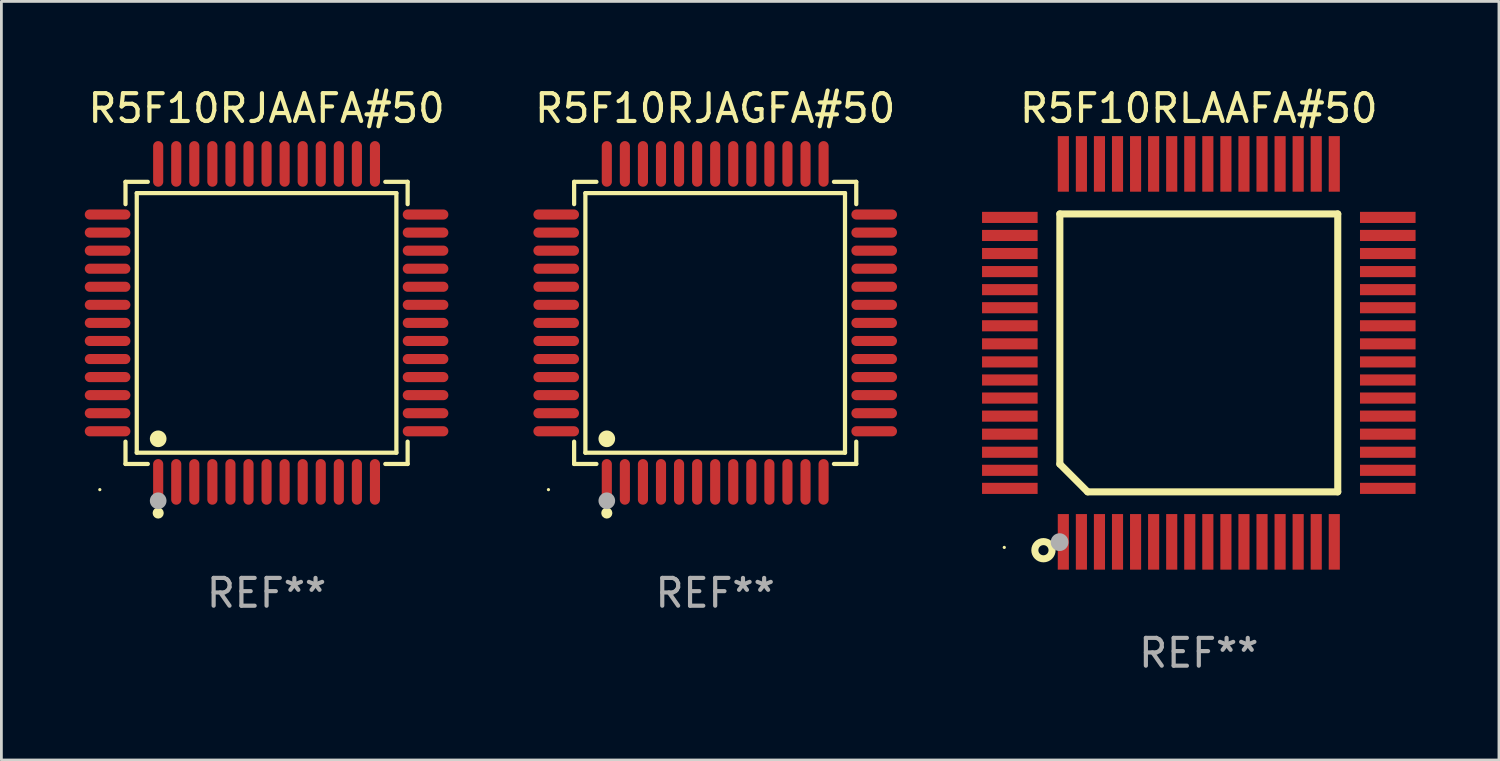
<source format=kicad_pcb>
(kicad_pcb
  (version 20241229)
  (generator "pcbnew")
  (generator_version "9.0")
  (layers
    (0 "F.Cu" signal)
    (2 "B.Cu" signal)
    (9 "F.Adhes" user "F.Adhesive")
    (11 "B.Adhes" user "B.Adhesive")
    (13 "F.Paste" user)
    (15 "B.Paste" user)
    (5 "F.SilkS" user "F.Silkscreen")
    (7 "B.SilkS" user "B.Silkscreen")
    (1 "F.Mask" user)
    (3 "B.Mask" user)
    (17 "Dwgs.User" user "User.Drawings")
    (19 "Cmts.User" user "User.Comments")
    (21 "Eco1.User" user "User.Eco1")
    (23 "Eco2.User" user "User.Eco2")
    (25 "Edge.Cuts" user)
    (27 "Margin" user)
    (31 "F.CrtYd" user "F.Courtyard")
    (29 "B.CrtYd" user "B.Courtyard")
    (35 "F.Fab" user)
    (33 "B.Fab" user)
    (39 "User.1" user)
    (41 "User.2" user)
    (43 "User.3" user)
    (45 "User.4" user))
  (footprint "R5F10RJAGFA#50"
    (layer "F.Cu")
    (at 22.685 8.569)
    (property "Reference" "R5F10RJAGFA#50" (at 0 -7.721 0) (layer "F.SilkS") (effects (font (size 1 1) (thickness 0.15))))
    (attr through_hole)
    (fp_line (start -5.076 -5.076) (end -4.273 -5.076) (stroke (width 0.152) (type solid)) (layer "F.SilkS"))
    (fp_line (start -5.076 -4.273) (end -5.076 -5.076) (stroke (width 0.152) (type solid)) (layer "F.SilkS"))
    (fp_line (start -5.076 4.273) (end -5.076 5.076) (stroke (width 0.152) (type solid)) (layer "F.SilkS"))
    (fp_line (start -5.076 5.076) (end -4.273 5.076) (stroke (width 0.152) (type solid)) (layer "F.SilkS"))
    (fp_line (start -4.671 -4.671) (end 4.671 -4.671) (stroke (width 0.152) (type solid)) (layer "F.SilkS"))
    (fp_line (start -4.671 4.671) (end -4.671 -4.671) (stroke (width 0.152) (type solid)) (layer "F.SilkS"))
    (fp_line (start 4.671 -4.671) (end 4.671 4.671) (stroke (width 0.152) (type solid)) (layer "F.SilkS"))
    (fp_line (start 4.671 4.671) (end -4.671 4.671) (stroke (width 0.152) (type solid)) (layer "F.SilkS"))
    (fp_line (start 5.076 -5.076) (end 4.273 -5.076) (stroke (width 0.152) (type solid)) (layer "F.SilkS"))
    (fp_line (start 5.076 -4.273) (end 5.076 -5.076) (stroke (width 0.152) (type solid)) (layer "F.SilkS"))
    (fp_line (start 5.076 4.273) (end 5.076 5.076) (stroke (width 0.152) (type solid)) (layer "F.SilkS"))
    (fp_line (start 5.076 5.076) (end 4.273 5.076) (stroke (width 0.152) (type solid)) (layer "F.SilkS"))
    (fp_circle (center -6 6) (end -5.97 6) (stroke (width 0.06) (type solid)) (fill no) (layer "F.SilkS"))
    (fp_circle (center -3.9 4.171) (end -3.75 4.171) (stroke (width 0.3) (type solid)) (fill no) (layer "F.SilkS"))
    (fp_circle (center -3.9 6.842) (end -3.8 6.842) (stroke (width 0.2) (type solid)) (fill no) (layer "F.SilkS"))
    (fp_circle (center -3.9 6.4) (end -3.75 6.4) (stroke (width 0.3) (type solid)) (fill no) (layer "F.Fab"))
    (fp_text user "REF**" (at 0 9.721 0) (layer "F.Fab") (effects (font (size 1 1) (thickness 0.15))))
    (pad "1" smd oval (at -3.9 5.721) (size 0.364 1.642) (layers "F.Cu" "F.Mask" "F.Paste"))
    (pad "2" smd oval (at -3.25 5.721) (size 0.364 1.642) (layers "F.Cu" "F.Mask" "F.Paste"))
    (pad "3" smd oval (at -2.6 5.721) (size 0.364 1.642) (layers "F.Cu" "F.Mask" "F.Paste"))
    (pad "4" smd oval (at -1.95 5.721) (size 0.364 1.642) (layers "F.Cu" "F.Mask" "F.Paste"))
    (pad "5" smd oval (at -1.3 5.721) (size 0.364 1.642) (layers "F.Cu" "F.Mask" "F.Paste"))
    (pad "6" smd oval (at -0.65 5.721) (size 0.364 1.642) (layers "F.Cu" "F.Mask" "F.Paste"))
    (pad "7" smd oval (at 0 5.721) (size 0.364 1.642) (layers "F.Cu" "F.Mask" "F.Paste"))
    (pad "8" smd oval (at 0.65 5.721) (size 0.364 1.642) (layers "F.Cu" "F.Mask" "F.Paste"))
    (pad "9" smd oval (at 1.3 5.721) (size 0.364 1.642) (layers "F.Cu" "F.Mask" "F.Paste"))
    (pad "10" smd oval (at 1.95 5.721) (size 0.364 1.642) (layers "F.Cu" "F.Mask" "F.Paste"))
    (pad "11" smd oval (at 2.6 5.721) (size 0.364 1.642) (layers "F.Cu" "F.Mask" "F.Paste"))
    (pad "12" smd oval (at 3.25 5.721) (size 0.364 1.642) (layers "F.Cu" "F.Mask" "F.Paste"))
    (pad "13" smd oval (at 3.9 5.721) (size 0.364 1.642) (layers "F.Cu" "F.Mask" "F.Paste"))
    (pad "14" smd oval (at 5.721 3.9) (size 1.642 0.364) (layers "F.Cu" "F.Mask" "F.Paste"))
    (pad "15" smd oval (at 5.721 3.25) (size 1.642 0.364) (layers "F.Cu" "F.Mask" "F.Paste"))
    (pad "16" smd oval (at 5.721 2.6) (size 1.642 0.364) (layers "F.Cu" "F.Mask" "F.Paste"))
    (pad "17" smd oval (at 5.721 1.95) (size 1.642 0.364) (layers "F.Cu" "F.Mask" "F.Paste"))
    (pad "18" smd oval (at 5.721 1.3) (size 1.642 0.364) (layers "F.Cu" "F.Mask" "F.Paste"))
    (pad "19" smd oval (at 5.721 0.65) (size 1.642 0.364) (layers "F.Cu" "F.Mask" "F.Paste"))
    (pad "20" smd oval (at 5.721 0) (size 1.642 0.364) (layers "F.Cu" "F.Mask" "F.Paste"))
    (pad "21" smd oval (at 5.721 -0.65) (size 1.642 0.364) (layers "F.Cu" "F.Mask" "F.Paste"))
    (pad "22" smd oval (at 5.721 -1.3) (size 1.642 0.364) (layers "F.Cu" "F.Mask" "F.Paste"))
    (pad "23" smd oval (at 5.721 -1.95) (size 1.642 0.364) (layers "F.Cu" "F.Mask" "F.Paste"))
    (pad "24" smd oval (at 5.721 -2.6) (size 1.642 0.364) (layers "F.Cu" "F.Mask" "F.Paste"))
    (pad "25" smd oval (at 5.721 -3.25) (size 1.642 0.364) (layers "F.Cu" "F.Mask" "F.Paste"))
    (pad "26" smd oval (at 5.721 -3.9) (size 1.642 0.364) (layers "F.Cu" "F.Mask" "F.Paste"))
    (pad "27" smd oval (at 3.9 -5.721) (size 0.364 1.642) (layers "F.Cu" "F.Mask" "F.Paste"))
    (pad "28" smd oval (at 3.25 -5.721) (size 0.364 1.642) (layers "F.Cu" "F.Mask" "F.Paste"))
    (pad "29" smd oval (at 2.6 -5.721) (size 0.364 1.642) (layers "F.Cu" "F.Mask" "F.Paste"))
    (pad "30" smd oval (at 1.95 -5.721) (size 0.364 1.642) (layers "F.Cu" "F.Mask" "F.Paste"))
    (pad "31" smd oval (at 1.3 -5.721) (size 0.364 1.642) (layers "F.Cu" "F.Mask" "F.Paste"))
    (pad "32" smd oval (at 0.65 -5.721) (size 0.364 1.642) (layers "F.Cu" "F.Mask" "F.Paste"))
    (pad "33" smd oval (at 0 -5.721) (size 0.364 1.642) (layers "F.Cu" "F.Mask" "F.Paste"))
    (pad "34" smd oval (at -0.65 -5.721) (size 0.364 1.642) (layers "F.Cu" "F.Mask" "F.Paste"))
    (pad "35" smd oval (at -1.3 -5.721) (size 0.364 1.642) (layers "F.Cu" "F.Mask" "F.Paste"))
    (pad "36" smd oval (at -1.95 -5.721) (size 0.364 1.642) (layers "F.Cu" "F.Mask" "F.Paste"))
    (pad "37" smd oval (at -2.6 -5.721) (size 0.364 1.642) (layers "F.Cu" "F.Mask" "F.Paste"))
    (pad "38" smd oval (at -3.25 -5.721) (size 0.364 1.642) (layers "F.Cu" "F.Mask" "F.Paste"))
    (pad "39" smd oval (at -3.9 -5.721) (size 0.364 1.642) (layers "F.Cu" "F.Mask" "F.Paste"))
    (pad "40" smd oval (at -5.721 -3.9) (size 1.642 0.364) (layers "F.Cu" "F.Mask" "F.Paste"))
    (pad "41" smd oval (at -5.721 -3.25) (size 1.642 0.364) (layers "F.Cu" "F.Mask" "F.Paste"))
    (pad "42" smd oval (at -5.721 -2.6) (size 1.642 0.364) (layers "F.Cu" "F.Mask" "F.Paste"))
    (pad "43" smd oval (at -5.721 -1.95) (size 1.642 0.364) (layers "F.Cu" "F.Mask" "F.Paste"))
    (pad "44" smd oval (at -5.721 -1.3) (size 1.642 0.364) (layers "F.Cu" "F.Mask" "F.Paste"))
    (pad "45" smd oval (at -5.721 -0.65) (size 1.642 0.364) (layers "F.Cu" "F.Mask" "F.Paste"))
    (pad "46" smd oval (at -5.721 0) (size 1.642 0.364) (layers "F.Cu" "F.Mask" "F.Paste"))
    (pad "47" smd oval (at -5.721 0.65) (size 1.642 0.364) (layers "F.Cu" "F.Mask" "F.Paste"))
    (pad "48" smd oval (at -5.721 1.3) (size 1.642 0.364) (layers "F.Cu" "F.Mask" "F.Paste"))
    (pad "49" smd oval (at -5.721 1.95) (size 1.642 0.364) (layers "F.Cu" "F.Mask" "F.Paste"))
    (pad "50" smd oval (at -5.721 2.6) (size 1.642 0.364) (layers "F.Cu" "F.Mask" "F.Paste"))
    (pad "51" smd oval (at -5.721 3.25) (size 1.642 0.364) (layers "F.Cu" "F.Mask" "F.Paste"))
    (pad "52" smd oval (at -5.721 3.9) (size 1.642 0.364) (layers "F.Cu" "F.Mask" "F.Paste")))
  (footprint "R5F10RJAAFA#50"
    (layer "F.Cu")
    (at 6.542 8.569)
    (property "Reference" "R5F10RJAAFA#50" (at 0 -7.721 0) (layer "F.SilkS") (effects (font (size 1 1) (thickness 0.15))))
    (attr through_hole)
    (fp_line (start -5.076 -5.076) (end -4.273 -5.076) (stroke (width 0.152) (type solid)) (layer "F.SilkS"))
    (fp_line (start -5.076 -4.273) (end -5.076 -5.076) (stroke (width 0.152) (type solid)) (layer "F.SilkS"))
    (fp_line (start -5.076 4.273) (end -5.076 5.076) (stroke (width 0.152) (type solid)) (layer "F.SilkS"))
    (fp_line (start -5.076 5.076) (end -4.273 5.076) (stroke (width 0.152) (type solid)) (layer "F.SilkS"))
    (fp_line (start -4.671 -4.671) (end 4.671 -4.671) (stroke (width 0.152) (type solid)) (layer "F.SilkS"))
    (fp_line (start -4.671 4.671) (end -4.671 -4.671) (stroke (width 0.152) (type solid)) (layer "F.SilkS"))
    (fp_line (start 4.671 -4.671) (end 4.671 4.671) (stroke (width 0.152) (type solid)) (layer "F.SilkS"))
    (fp_line (start 4.671 4.671) (end -4.671 4.671) (stroke (width 0.152) (type solid)) (layer "F.SilkS"))
    (fp_line (start 5.076 -5.076) (end 4.273 -5.076) (stroke (width 0.152) (type solid)) (layer "F.SilkS"))
    (fp_line (start 5.076 -4.273) (end 5.076 -5.076) (stroke (width 0.152) (type solid)) (layer "F.SilkS"))
    (fp_line (start 5.076 4.273) (end 5.076 5.076) (stroke (width 0.152) (type solid)) (layer "F.SilkS"))
    (fp_line (start 5.076 5.076) (end 4.273 5.076) (stroke (width 0.152) (type solid)) (layer "F.SilkS"))
    (fp_circle (center -6 6) (end -5.97 6) (stroke (width 0.06) (type solid)) (fill no) (layer "F.SilkS"))
    (fp_circle (center -3.9 4.171) (end -3.75 4.171) (stroke (width 0.3) (type solid)) (fill no) (layer "F.SilkS"))
    (fp_circle (center -3.9 6.842) (end -3.8 6.842) (stroke (width 0.2) (type solid)) (fill no) (layer "F.SilkS"))
    (fp_circle (center -3.9 6.4) (end -3.75 6.4) (stroke (width 0.3) (type solid)) (fill no) (layer "F.Fab"))
    (fp_text user "REF**" (at 0 9.721 0) (layer "F.Fab") (effects (font (size 1 1) (thickness 0.15))))
    (pad "1" smd oval (at -3.9 5.721) (size 0.364 1.642) (layers "F.Cu" "F.Mask" "F.Paste"))
    (pad "2" smd oval (at -3.25 5.721) (size 0.364 1.642) (layers "F.Cu" "F.Mask" "F.Paste"))
    (pad "3" smd oval (at -2.6 5.721) (size 0.364 1.642) (layers "F.Cu" "F.Mask" "F.Paste"))
    (pad "4" smd oval (at -1.95 5.721) (size 0.364 1.642) (layers "F.Cu" "F.Mask" "F.Paste"))
    (pad "5" smd oval (at -1.3 5.721) (size 0.364 1.642) (layers "F.Cu" "F.Mask" "F.Paste"))
    (pad "6" smd oval (at -0.65 5.721) (size 0.364 1.642) (layers "F.Cu" "F.Mask" "F.Paste"))
    (pad "7" smd oval (at 0 5.721) (size 0.364 1.642) (layers "F.Cu" "F.Mask" "F.Paste"))
    (pad "8" smd oval (at 0.65 5.721) (size 0.364 1.642) (layers "F.Cu" "F.Mask" "F.Paste"))
    (pad "9" smd oval (at 1.3 5.721) (size 0.364 1.642) (layers "F.Cu" "F.Mask" "F.Paste"))
    (pad "10" smd oval (at 1.95 5.721) (size 0.364 1.642) (layers "F.Cu" "F.Mask" "F.Paste"))
    (pad "11" smd oval (at 2.6 5.721) (size 0.364 1.642) (layers "F.Cu" "F.Mask" "F.Paste"))
    (pad "12" smd oval (at 3.25 5.721) (size 0.364 1.642) (layers "F.Cu" "F.Mask" "F.Paste"))
    (pad "13" smd oval (at 3.9 5.721) (size 0.364 1.642) (layers "F.Cu" "F.Mask" "F.Paste"))
    (pad "14" smd oval (at 5.721 3.9) (size 1.642 0.364) (layers "F.Cu" "F.Mask" "F.Paste"))
    (pad "15" smd oval (at 5.721 3.25) (size 1.642 0.364) (layers "F.Cu" "F.Mask" "F.Paste"))
    (pad "16" smd oval (at 5.721 2.6) (size 1.642 0.364) (layers "F.Cu" "F.Mask" "F.Paste"))
    (pad "17" smd oval (at 5.721 1.95) (size 1.642 0.364) (layers "F.Cu" "F.Mask" "F.Paste"))
    (pad "18" smd oval (at 5.721 1.3) (size 1.642 0.364) (layers "F.Cu" "F.Mask" "F.Paste"))
    (pad "19" smd oval (at 5.721 0.65) (size 1.642 0.364) (layers "F.Cu" "F.Mask" "F.Paste"))
    (pad "20" smd oval (at 5.721 0) (size 1.642 0.364) (layers "F.Cu" "F.Mask" "F.Paste"))
    (pad "21" smd oval (at 5.721 -0.65) (size 1.642 0.364) (layers "F.Cu" "F.Mask" "F.Paste"))
    (pad "22" smd oval (at 5.721 -1.3) (size 1.642 0.364) (layers "F.Cu" "F.Mask" "F.Paste"))
    (pad "23" smd oval (at 5.721 -1.95) (size 1.642 0.364) (layers "F.Cu" "F.Mask" "F.Paste"))
    (pad "24" smd oval (at 5.721 -2.6) (size 1.642 0.364) (layers "F.Cu" "F.Mask" "F.Paste"))
    (pad "25" smd oval (at 5.721 -3.25) (size 1.642 0.364) (layers "F.Cu" "F.Mask" "F.Paste"))
    (pad "26" smd oval (at 5.721 -3.9) (size 1.642 0.364) (layers "F.Cu" "F.Mask" "F.Paste"))
    (pad "27" smd oval (at 3.9 -5.721) (size 0.364 1.642) (layers "F.Cu" "F.Mask" "F.Paste"))
    (pad "28" smd oval (at 3.25 -5.721) (size 0.364 1.642) (layers "F.Cu" "F.Mask" "F.Paste"))
    (pad "29" smd oval (at 2.6 -5.721) (size 0.364 1.642) (layers "F.Cu" "F.Mask" "F.Paste"))
    (pad "30" smd oval (at 1.95 -5.721) (size 0.364 1.642) (layers "F.Cu" "F.Mask" "F.Paste"))
    (pad "31" smd oval (at 1.3 -5.721) (size 0.364 1.642) (layers "F.Cu" "F.Mask" "F.Paste"))
    (pad "32" smd oval (at 0.65 -5.721) (size 0.364 1.642) (layers "F.Cu" "F.Mask" "F.Paste"))
    (pad "33" smd oval (at 0 -5.721) (size 0.364 1.642) (layers "F.Cu" "F.Mask" "F.Paste"))
    (pad "34" smd oval (at -0.65 -5.721) (size 0.364 1.642) (layers "F.Cu" "F.Mask" "F.Paste"))
    (pad "35" smd oval (at -1.3 -5.721) (size 0.364 1.642) (layers "F.Cu" "F.Mask" "F.Paste"))
    (pad "36" smd oval (at -1.95 -5.721) (size 0.364 1.642) (layers "F.Cu" "F.Mask" "F.Paste"))
    (pad "37" smd oval (at -2.6 -5.721) (size 0.364 1.642) (layers "F.Cu" "F.Mask" "F.Paste"))
    (pad "38" smd oval (at -3.25 -5.721) (size 0.364 1.642) (layers "F.Cu" "F.Mask" "F.Paste"))
    (pad "39" smd oval (at -3.9 -5.721) (size 0.364 1.642) (layers "F.Cu" "F.Mask" "F.Paste"))
    (pad "40" smd oval (at -5.721 -3.9) (size 1.642 0.364) (layers "F.Cu" "F.Mask" "F.Paste"))
    (pad "41" smd oval (at -5.721 -3.25) (size 1.642 0.364) (layers "F.Cu" "F.Mask" "F.Paste"))
    (pad "42" smd oval (at -5.721 -2.6) (size 1.642 0.364) (layers "F.Cu" "F.Mask" "F.Paste"))
    (pad "43" smd oval (at -5.721 -1.95) (size 1.642 0.364) (layers "F.Cu" "F.Mask" "F.Paste"))
    (pad "44" smd oval (at -5.721 -1.3) (size 1.642 0.364) (layers "F.Cu" "F.Mask" "F.Paste"))
    (pad "45" smd oval (at -5.721 -0.65) (size 1.642 0.364) (layers "F.Cu" "F.Mask" "F.Paste"))
    (pad "46" smd oval (at -5.721 0) (size 1.642 0.364) (layers "F.Cu" "F.Mask" "F.Paste"))
    (pad "47" smd oval (at -5.721 0.65) (size 1.642 0.364) (layers "F.Cu" "F.Mask" "F.Paste"))
    (pad "48" smd oval (at -5.721 1.3) (size 1.642 0.364) (layers "F.Cu" "F.Mask" "F.Paste"))
    (pad "49" smd oval (at -5.721 1.95) (size 1.642 0.364) (layers "F.Cu" "F.Mask" "F.Paste"))
    (pad "50" smd oval (at -5.721 2.6) (size 1.642 0.364) (layers "F.Cu" "F.Mask" "F.Paste"))
    (pad "51" smd oval (at -5.721 3.25) (size 1.642 0.364) (layers "F.Cu" "F.Mask" "F.Paste"))
    (pad "52" smd oval (at -5.721 3.9) (size 1.642 0.364) (layers "F.Cu" "F.Mask" "F.Paste")))
  (footprint "R5F10RLAAFA#50"
    (layer "F.Cu")
    (at 40.087 9.648)
    (property "Reference" "R5F10RLAAFA#50" (at 0 -8.8 0) (layer "F.SilkS") (effects (font (size 1 1) (thickness 0.15))))
    (attr through_hole)
    (fp_line (start -5 -5) (end 5 -5) (stroke (width 0.254) (type solid)) (layer "F.SilkS"))
    (fp_line (start -5 4) (end -5 -5) (stroke (width 0.254) (type solid)) (layer "F.SilkS"))
    (fp_line (start -4 5) (end -5 4) (stroke (width 0.254) (type solid)) (layer "F.SilkS"))
    (fp_line (start 5 -5) (end 5 5) (stroke (width 0.254) (type solid)) (layer "F.SilkS"))
    (fp_line (start 5 5) (end -4 5) (stroke (width 0.254) (type solid)) (layer "F.SilkS"))
    (fp_circle (center -7 7) (end -6.97 7) (stroke (width 0.06) (type solid)) (fill no) (layer "F.SilkS"))
    (fp_circle (center -5.59 7.1) (end -5.28 7.1) (stroke (width 0.254) (type solid)) (fill no) (layer "F.SilkS"))
    (fp_circle (center -5.01 6.81) (end -4.85 6.81) (stroke (width 0.32) (type solid)) (fill no) (layer "F.Fab"))
    (fp_text user "REF**" (at 0 10.8 0) (layer "F.Fab") (effects (font (size 1 1) (thickness 0.15))))
    (pad "1" smd rect (at -4.875 6.8) (size 0.4 2) (layers "F.Cu" "F.Mask" "F.Paste"))
    (pad "2" smd rect (at -4.225 6.8) (size 0.4 2) (layers "F.Cu" "F.Mask" "F.Paste"))
    (pad "3" smd rect (at -3.575 6.8) (size 0.4 2) (layers "F.Cu" "F.Mask" "F.Paste"))
    (pad "4" smd rect (at -2.925 6.8) (size 0.4 2) (layers "F.Cu" "F.Mask" "F.Paste"))
    (pad "5" smd rect (at -2.275 6.8) (size 0.4 2) (layers "F.Cu" "F.Mask" "F.Paste"))
    (pad "6" smd rect (at -1.625 6.8) (size 0.4 2) (layers "F.Cu" "F.Mask" "F.Paste"))
    (pad "7" smd rect (at -0.975 6.8) (size 0.4 2) (layers "F.Cu" "F.Mask" "F.Paste"))
    (pad "8" smd rect (at -0.325 6.8) (size 0.4 2) (layers "F.Cu" "F.Mask" "F.Paste"))
    (pad "9" smd rect (at 0.325 6.8) (size 0.4 2) (layers "F.Cu" "F.Mask" "F.Paste"))
    (pad "10" smd rect (at 0.975 6.8) (size 0.4 2) (layers "F.Cu" "F.Mask" "F.Paste"))
    (pad "11" smd rect (at 1.625 6.8) (size 0.4 2) (layers "F.Cu" "F.Mask" "F.Paste"))
    (pad "12" smd rect (at 2.275 6.8) (size 0.4 2) (layers "F.Cu" "F.Mask" "F.Paste"))
    (pad "13" smd rect (at 2.925 6.8) (size 0.4 2) (layers "F.Cu" "F.Mask" "F.Paste"))
    (pad "14" smd rect (at 3.575 6.8) (size 0.4 2) (layers "F.Cu" "F.Mask" "F.Paste"))
    (pad "15" smd rect (at 4.225 6.8) (size 0.4 2) (layers "F.Cu" "F.Mask" "F.Paste"))
    (pad "16" smd rect (at 4.875 6.8) (size 0.4 2) (layers "F.Cu" "F.Mask" "F.Paste"))
    (pad "17" smd rect (at 6.8 4.875) (size 2 0.4) (layers "F.Cu" "F.Mask" "F.Paste"))
    (pad "18" smd rect (at 6.8 4.225) (size 2 0.4) (layers "F.Cu" "F.Mask" "F.Paste"))
    (pad "19" smd rect (at 6.8 3.575) (size 2 0.4) (layers "F.Cu" "F.Mask" "F.Paste"))
    (pad "20" smd rect (at 6.8 2.925) (size 2 0.4) (layers "F.Cu" "F.Mask" "F.Paste"))
    (pad "21" smd rect (at 6.8 2.275) (size 2 0.4) (layers "F.Cu" "F.Mask" "F.Paste"))
    (pad "22" smd rect (at 6.8 1.625) (size 2 0.4) (layers "F.Cu" "F.Mask" "F.Paste"))
    (pad "23" smd rect (at 6.8 0.975) (size 2 0.4) (layers "F.Cu" "F.Mask" "F.Paste"))
    (pad "24" smd rect (at 6.8 0.325) (size 2 0.4) (layers "F.Cu" "F.Mask" "F.Paste"))
    (pad "25" smd rect (at 6.8 -0.325) (size 2 0.4) (layers "F.Cu" "F.Mask" "F.Paste"))
    (pad "26" smd rect (at 6.8 -0.975) (size 2 0.4) (layers "F.Cu" "F.Mask" "F.Paste"))
    (pad "27" smd rect (at 6.8 -1.625) (size 2 0.4) (layers "F.Cu" "F.Mask" "F.Paste"))
    (pad "28" smd rect (at 6.8 -2.275) (size 2 0.4) (layers "F.Cu" "F.Mask" "F.Paste"))
    (pad "29" smd rect (at 6.8 -2.925) (size 2 0.4) (layers "F.Cu" "F.Mask" "F.Paste"))
    (pad "30" smd rect (at 6.8 -3.575) (size 2 0.4) (layers "F.Cu" "F.Mask" "F.Paste"))
    (pad "31" smd rect (at 6.8 -4.225) (size 2 0.4) (layers "F.Cu" "F.Mask" "F.Paste"))
    (pad "32" smd rect (at 6.8 -4.875) (size 2 0.4) (layers "F.Cu" "F.Mask" "F.Paste"))
    (pad "33" smd rect (at 4.875 -6.8) (size 0.4 2) (layers "F.Cu" "F.Mask" "F.Paste"))
    (pad "34" smd rect (at 4.225 -6.8) (size 0.4 2) (layers "F.Cu" "F.Mask" "F.Paste"))
    (pad "35" smd rect (at 3.575 -6.8) (size 0.4 2) (layers "F.Cu" "F.Mask" "F.Paste"))
    (pad "36" smd rect (at 2.925 -6.8) (size 0.4 2) (layers "F.Cu" "F.Mask" "F.Paste"))
    (pad "37" smd rect (at 2.275 -6.8) (size 0.4 2) (layers "F.Cu" "F.Mask" "F.Paste"))
    (pad "38" smd rect (at 1.625 -6.8) (size 0.4 2) (layers "F.Cu" "F.Mask" "F.Paste"))
    (pad "39" smd rect (at 0.975 -6.8) (size 0.4 2) (layers "F.Cu" "F.Mask" "F.Paste"))
    (pad "40" smd rect (at 0.325 -6.8) (size 0.4 2) (layers "F.Cu" "F.Mask" "F.Paste"))
    (pad "41" smd rect (at -0.325 -6.8) (size 0.4 2) (layers "F.Cu" "F.Mask" "F.Paste"))
    (pad "42" smd rect (at -0.975 -6.8) (size 0.4 2) (layers "F.Cu" "F.Mask" "F.Paste"))
    (pad "43" smd rect (at -1.625 -6.8) (size 0.4 2) (layers "F.Cu" "F.Mask" "F.Paste"))
    (pad "44" smd rect (at -2.275 -6.8) (size 0.4 2) (layers "F.Cu" "F.Mask" "F.Paste"))
    (pad "45" smd rect (at -2.925 -6.8) (size 0.4 2) (layers "F.Cu" "F.Mask" "F.Paste"))
    (pad "46" smd rect (at -3.575 -6.8) (size 0.4 2) (layers "F.Cu" "F.Mask" "F.Paste"))
    (pad "47" smd rect (at -4.225 -6.8) (size 0.4 2) (layers "F.Cu" "F.Mask" "F.Paste"))
    (pad "48" smd rect (at -4.875 -6.8) (size 0.4 2) (layers "F.Cu" "F.Mask" "F.Paste"))
    (pad "49" smd rect (at -6.8 -4.875) (size 2 0.4) (layers "F.Cu" "F.Mask" "F.Paste"))
    (pad "50" smd rect (at -6.8 -4.225) (size 2 0.4) (layers "F.Cu" "F.Mask" "F.Paste"))
    (pad "51" smd rect (at -6.8 -3.575) (size 2 0.4) (layers "F.Cu" "F.Mask" "F.Paste"))
    (pad "52" smd rect (at -6.8 -2.925) (size 2 0.4) (layers "F.Cu" "F.Mask" "F.Paste"))
    (pad "53" smd rect (at -6.8 -2.275) (size 2 0.4) (layers "F.Cu" "F.Mask" "F.Paste"))
    (pad "54" smd rect (at -6.8 -1.625) (size 2 0.4) (layers "F.Cu" "F.Mask" "F.Paste"))
    (pad "55" smd rect (at -6.8 -0.975) (size 2 0.4) (layers "F.Cu" "F.Mask" "F.Paste"))
    (pad "56" smd rect (at -6.8 -0.325) (size 2 0.4) (layers "F.Cu" "F.Mask" "F.Paste"))
    (pad "57" smd rect (at -6.8 0.325) (size 2 0.4) (layers "F.Cu" "F.Mask" "F.Paste"))
    (pad "58" smd rect (at -6.8 0.975) (size 2 0.4) (layers "F.Cu" "F.Mask" "F.Paste"))
    (pad "59" smd rect (at -6.8 1.625) (size 2 0.4) (layers "F.Cu" "F.Mask" "F.Paste"))
    (pad "60" smd rect (at -6.8 2.275) (size 2 0.4) (layers "F.Cu" "F.Mask" "F.Paste"))
    (pad "61" smd rect (at -6.8 2.925) (size 2 0.4) (layers "F.Cu" "F.Mask" "F.Paste"))
    (pad "62" smd rect (at -6.8 3.575) (size 2 0.4) (layers "F.Cu" "F.Mask" "F.Paste"))
    (pad "63" smd rect (at -6.8 4.225) (size 2 0.4) (layers "F.Cu" "F.Mask" "F.Paste"))
    (pad "64" smd rect (at -6.8 4.875) (size 2 0.4) (layers "F.Cu" "F.Mask" "F.Paste")))
  (gr_rect
    (start -3 -3)
    (end 50.887 24.297)
    (stroke (width 0.1) (type default))
    (fill no)
    (layer "Edge.Cuts")))
</source>
